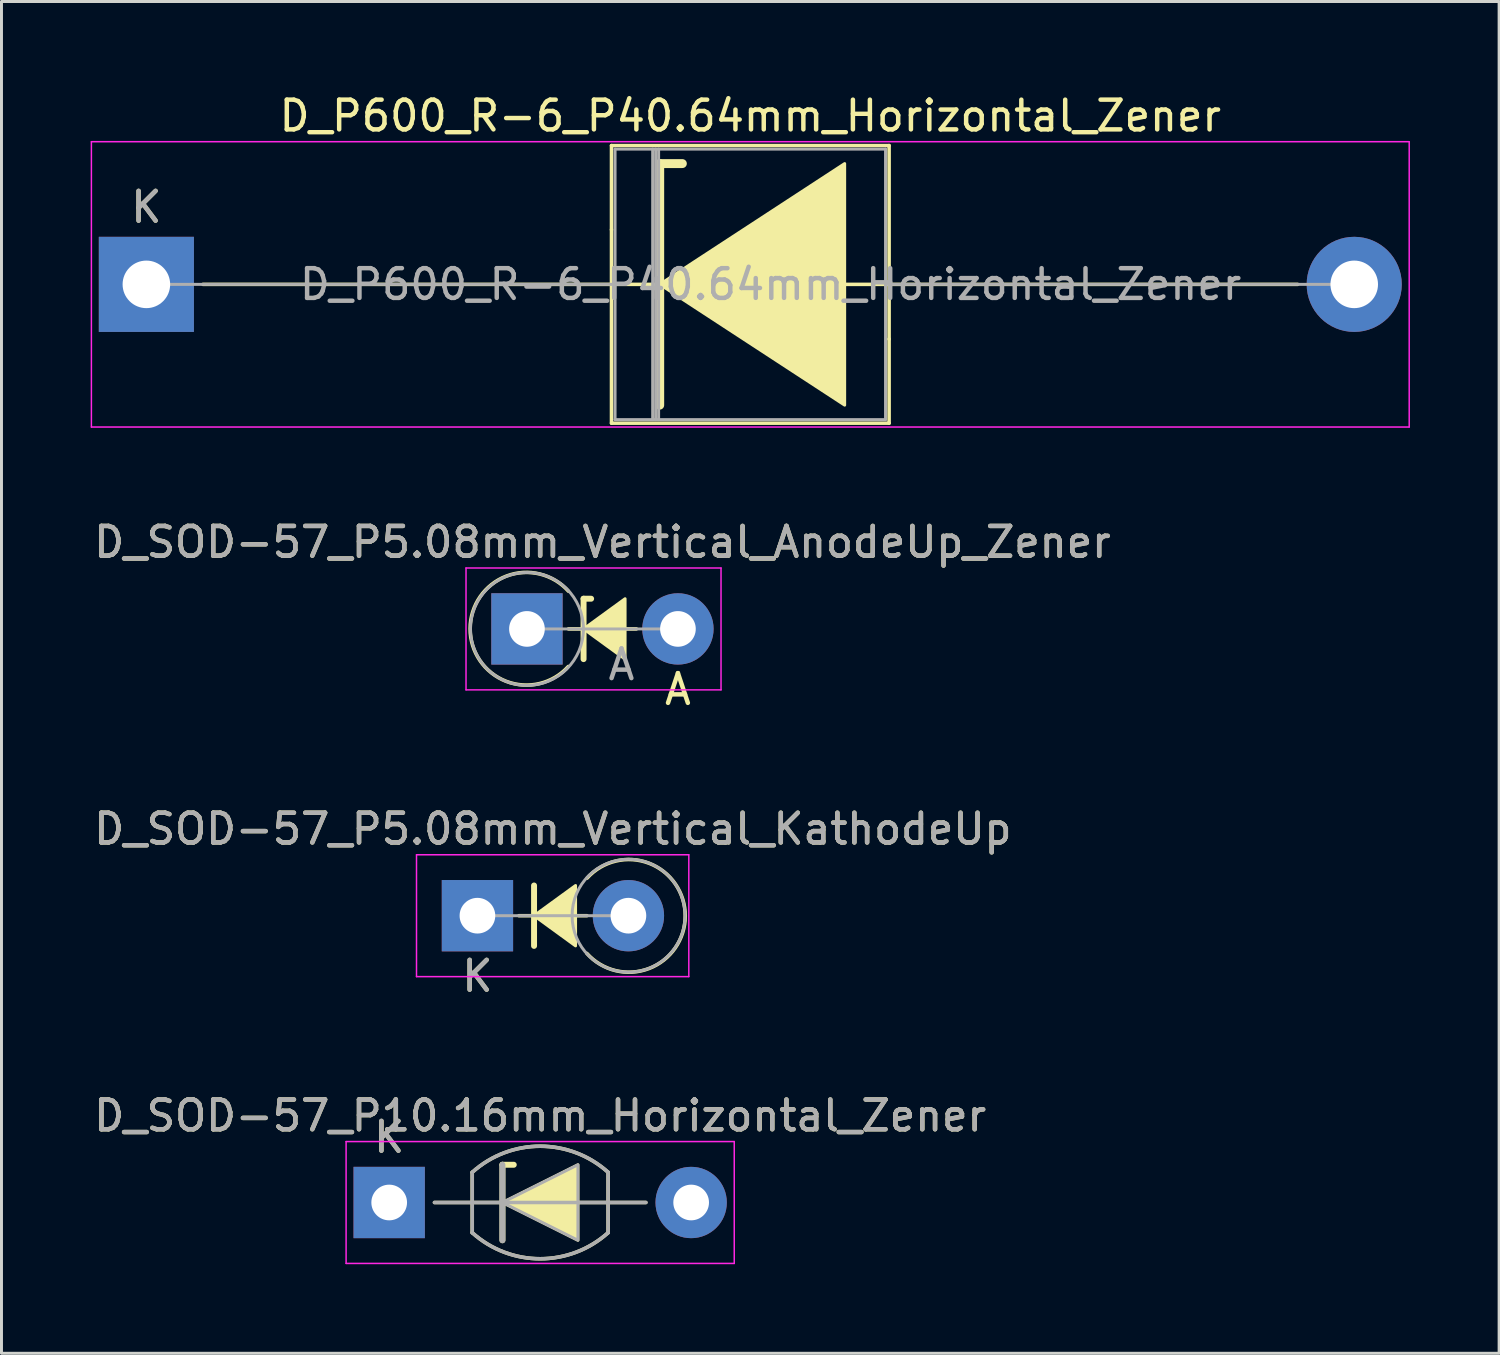
<source format=kicad_pcb>
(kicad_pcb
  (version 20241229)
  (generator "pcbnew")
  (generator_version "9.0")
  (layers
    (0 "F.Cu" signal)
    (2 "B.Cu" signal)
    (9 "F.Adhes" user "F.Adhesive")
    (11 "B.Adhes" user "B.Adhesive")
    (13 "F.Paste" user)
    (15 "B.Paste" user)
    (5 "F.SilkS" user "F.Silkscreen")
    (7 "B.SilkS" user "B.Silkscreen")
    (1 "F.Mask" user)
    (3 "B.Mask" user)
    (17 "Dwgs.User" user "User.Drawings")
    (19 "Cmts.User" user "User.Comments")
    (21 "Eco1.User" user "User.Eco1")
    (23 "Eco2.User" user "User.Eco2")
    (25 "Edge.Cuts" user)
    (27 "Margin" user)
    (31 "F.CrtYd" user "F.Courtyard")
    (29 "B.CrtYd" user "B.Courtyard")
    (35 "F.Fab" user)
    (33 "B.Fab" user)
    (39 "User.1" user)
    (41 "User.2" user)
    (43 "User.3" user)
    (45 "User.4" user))
  (footprint "D_P600_R-6_P40.64mm_Horizontal_Zener"
    (layer "F.Cu")
    (at 1.875 6.518)
    (property "Reference" "D_P600_R-6_P40.64mm_Horizontal_Zener" (at 20.32 -5.67 0) (layer "F.SilkS") (effects (font (size 1 1) (thickness 0.15))))
    (attr through_hole)
    (fp_line (start 15.65 -4.67) (end 24.99 -4.67) (stroke (width 0.12) (type solid)) (layer "F.SilkS"))
    (fp_line (start 15.65 -1.84) (end 15.65 -4.67) (stroke (width 0.12) (type solid)) (layer "F.SilkS"))
    (fp_line (start 15.65 -1.84) (end 15.65 4.67) (stroke (width 0.12) (type solid)) (layer "F.SilkS"))
    (fp_line (start 15.65 4.67) (end 24.99 4.67) (stroke (width 0.12) (type solid)) (layer "F.SilkS"))
    (fp_line (start 17.145 0) (end 1.905 0) (stroke (width 0.12) (type solid)) (layer "F.SilkS"))
    (fp_line (start 17.272 -4.064) (end 17.272 4.064) (stroke (width 0.3) (type solid)) (layer "F.SilkS"))
    (fp_line (start 17.272 -4.064) (end 18.034 -4.064) (stroke (width 0.3) (type solid)) (layer "F.SilkS"))
    (fp_line (start 23.368 0) (end 38.735 0) (stroke (width 0.12) (type solid)) (layer "F.SilkS"))
    (fp_line (start 24.99 -4.67) (end 24.99 1.84) (stroke (width 0.12) (type solid)) (layer "F.SilkS"))
    (fp_line (start 24.99 4.67) (end 24.99 1.84) (stroke (width 0.12) (type solid)) (layer "F.SilkS"))
    (fp_poly (pts (xy 23.495 4.064) (xy 17.272 0) (xy 23.495 -4.064)) (stroke (width 0.1) (type solid)) (fill yes) (layer "F.SilkS"))
    (fp_line (start -1.85 -4.8) (end -1.85 4.8) (stroke (width 0.05) (type solid)) (layer "F.CrtYd"))
    (fp_line (start -1.85 4.8) (end 42.49 4.8) (stroke (width 0.05) (type solid)) (layer "F.CrtYd"))
    (fp_line (start 42.49 -4.8) (end -1.85 -4.8) (stroke (width 0.05) (type solid)) (layer "F.CrtYd"))
    (fp_line (start 42.49 4.8) (end 42.49 -4.8) (stroke (width 0.05) (type solid)) (layer "F.CrtYd"))
    (fp_line (start 0 0) (end 15.77 0) (stroke (width 0.1) (type solid)) (layer "F.Fab"))
    (fp_line (start 15.77 -4.55) (end 15.77 4.55) (stroke (width 0.1) (type solid)) (layer "F.Fab"))
    (fp_line (start 15.77 4.55) (end 24.87 4.55) (stroke (width 0.1) (type solid)) (layer "F.Fab"))
    (fp_line (start 17.035 -4.55) (end 17.035 4.55) (stroke (width 0.1) (type solid)) (layer "F.Fab"))
    (fp_line (start 17.135 -4.55) (end 17.135 4.55) (stroke (width 0.1) (type solid)) (layer "F.Fab"))
    (fp_line (start 17.235 -4.55) (end 17.235 4.55) (stroke (width 0.1) (type solid)) (layer "F.Fab"))
    (fp_line (start 24.87 -4.55) (end 15.77 -4.55) (stroke (width 0.1) (type solid)) (layer "F.Fab"))
    (fp_line (start 24.87 4.55) (end 24.87 -4.55) (stroke (width 0.1) (type solid)) (layer "F.Fab"))
    (fp_line (start 40.64 0) (end 24.87 0) (stroke (width 0.1) (type solid)) (layer "F.Fab"))
    (fp_text user "K" (at 0 -2.6 0) (layer "F.SilkS") (effects (font (size 1 1) (thickness 0.15))))
    (fp_text user "K" (at 0 -2.6 0) (layer "F.Fab") (effects (font (size 1 1) (thickness 0.15))))
    (fp_text user "${REFERENCE}" (at 21.003 0 0) (layer "F.Fab") (effects (font (size 1 1) (thickness 0.15))))
    (pad "1" thru_hole rect (at 0 0) (size 3.2 3.2) (drill 1.6) (layers "*.Cu" "*.Mask"))
    (pad "2" thru_hole oval (at 40.64 0) (size 3.2 3.2) (drill 1.6) (layers "*.Cu" "*.Mask")))
  (footprint "D_SOD-57_P5.08mm_Vertical_AnodeUp_Zener"
    (layer "F.Cu")
    (at 14.68 18.111)
    (property "Reference" "D_SOD-57_P5.08mm_Vertical_AnodeUp_Zener" (at 2.54 -2.92 0) (layer "F.SilkS") (effects (font (size 1 1) (thickness 0.15))))
    (attr through_hole)
    (fp_line (start 1.397 0) (end 2.413 0) (stroke (width 0.12) (type solid)) (layer "F.SilkS"))
    (fp_line (start 1.905 -1.016) (end 1.905 1.016) (stroke (width 0.2) (type solid)) (layer "F.SilkS"))
    (fp_line (start 1.905 -1.016) (end 2.159 -1.016) (stroke (width 0.2) (type solid)) (layer "F.SilkS"))
    (fp_line (start 1.92 0) (end 3.683 0) (stroke (width 0.12) (type solid)) (layer "F.SilkS"))
    (fp_arc (start 1.391322 1.264874) (mid -1.912067 -0.009969) (end 1.397 -1.27) (stroke (width 0.12) (type solid)) (layer "F.SilkS"))
    (fp_poly (pts (xy 3.302 1.016) (xy 1.905 0) (xy 3.302 -1.016)) (stroke (width 0.1) (type solid)) (fill yes) (layer "F.SilkS"))
    (fp_line (start -2.05 -2.05) (end -2.05 2.05) (stroke (width 0.05) (type solid)) (layer "F.CrtYd"))
    (fp_line (start -2.05 2.05) (end 6.53 2.05) (stroke (width 0.05) (type solid)) (layer "F.CrtYd"))
    (fp_line (start 6.53 -2.05) (end -2.05 -2.05) (stroke (width 0.05) (type solid)) (layer "F.CrtYd"))
    (fp_line (start 6.53 2.05) (end 6.53 -2.05) (stroke (width 0.05) (type solid)) (layer "F.CrtYd"))
    (fp_line (start 0 0) (end 5.08 0) (stroke (width 0.1) (type solid)) (layer "F.Fab"))
    (fp_circle (center 0 0) (end 1.9 0) (stroke (width 0.1) (type solid)) (fill no) (layer "F.Fab"))
    (fp_text user "A" (at 5.08 2.032 0) (layer "F.SilkS") (effects (font (size 1 1) (thickness 0.15))))
    (fp_text user "A" (at 3.18 1.2 0) (layer "F.Fab") (effects (font (size 1 1) (thickness 0.15))))
    (fp_text user "${REFERENCE}" (at 2.54 -2.92 0) (layer "F.Fab") (effects (font (size 1 1) (thickness 0.15))))
    (pad "1" thru_hole rect (at 0 0) (size 2.4 2.4) (drill 1.2) (layers "*.Cu" "*.Mask"))
    (pad "2" thru_hole oval (at 5.08 0) (size 2.4 2.4) (drill 1.2) (layers "*.Cu" "*.Mask")))
  (footprint "D_SOD-57_P10.16mm_Horizontal_Zener"
    (layer "F.Cu")
    (at 10.045 37.41)
    (property "Reference" "D_SOD-57_P10.16mm_Horizontal_Zener" (at 5.08 -2.92 0) (layer "F.SilkS") (effects (font (size 1 1) (thickness 0.15))))
    (attr through_hole)
    (fp_line (start 1.524 0) (end 8.636 0) (stroke (width 0.12) (type solid)) (layer "F.SilkS"))
    (fp_line (start 2.794 -1.016) (end 2.794 1.016) (stroke (width 0.12) (type solid)) (layer "F.SilkS"))
    (fp_line (start 3.81 -1.27) (end 4.191 -1.27) (stroke (width 0.2) (type solid)) (layer "F.SilkS"))
    (fp_line (start 3.81 1.27) (end 3.81 -1.27) (stroke (width 0.2) (type solid)) (layer "F.SilkS"))
    (fp_line (start 7.366 -1.016) (end 7.366 1.016) (stroke (width 0.12) (type solid)) (layer "F.SilkS"))
    (fp_arc (start 2.794 -1.016) (mid 5.079999 -1.89322) (end 7.365998 -1.016) (stroke (width 0.12) (type solid)) (layer "F.SilkS"))
    (fp_arc (start 7.366 1.016) (mid 5.080001 1.89322) (end 2.794002 1.016) (stroke (width 0.12) (type solid)) (layer "F.SilkS"))
    (fp_poly (pts (xy 6.35 1.27) (xy 3.81 0) (xy 6.35 -1.27)) (stroke (width 0.1) (type solid)) (fill yes) (layer "F.SilkS"))
    (fp_line (start -1.45 -2.05) (end -1.45 2.05) (stroke (width 0.05) (type solid)) (layer "F.CrtYd"))
    (fp_line (start -1.45 2.05) (end 11.61 2.05) (stroke (width 0.05) (type solid)) (layer "F.CrtYd"))
    (fp_line (start 11.61 -2.05) (end -1.45 -2.05) (stroke (width 0.05) (type solid)) (layer "F.CrtYd"))
    (fp_line (start 11.61 2.05) (end 11.61 -2.05) (stroke (width 0.05) (type solid)) (layer "F.CrtYd"))
    (fp_line (start 1.524 0) (end 8.636 0) (stroke (width 0.12) (type solid)) (layer "F.Fab"))
    (fp_line (start 2.794 -1.016) (end 2.794 1.016) (stroke (width 0.12) (type solid)) (layer "F.Fab"))
    (fp_line (start 3.81 1.27) (end 3.81 -1.27) (stroke (width 0.2) (type solid)) (layer "F.Fab"))
    (fp_line (start 7.366 -1.016) (end 7.366 1.016) (stroke (width 0.12) (type solid)) (layer "F.Fab"))
    (fp_arc (start 2.794 -1.016) (mid 5.08037 -1.894241) (end 7.367132 -1.017021) (stroke (width 0.12) (type solid)) (layer "F.Fab"))
    (fp_arc (start 7.367134 1.014979) (mid 5.080764 1.89322) (end 2.794002 1.016) (stroke (width 0.12) (type solid)) (layer "F.Fab"))
    (fp_poly (pts (xy 6.35 1.27) (xy 3.81 0) (xy 6.35 -1.27)) (stroke (width 0.1) (type solid)) (fill no) (layer "F.Fab"))
    (fp_text user "K" (at 0 -2.2 0) (layer "F.SilkS") (effects (font (size 1 1) (thickness 0.15))))
    (fp_text user "${REFERENCE}" (at 5.08 -2.921 0) (layer "F.Fab") (effects (font (size 1 1) (thickness 0.15))))
    (fp_text user "K" (at 0 -2.2 0) (layer "F.Fab") (effects (font (size 1 1) (thickness 0.15))))
    (pad "1" thru_hole rect (at 0 0) (size 2.4 2.4) (drill 1.2) (layers "*.Cu" "*.Mask"))
    (pad "2" thru_hole oval (at 10.16 0) (size 2.4 2.4) (drill 1.2) (layers "*.Cu" "*.Mask")))
  (footprint "D_SOD-57_P5.08mm_Vertical_KathodeUp"
    (layer "F.Cu")
    (at 13.014 27.76)
    (property "Reference" "D_SOD-57_P5.08mm_Vertical_KathodeUp" (at 2.54 -2.92 0) (layer "F.SilkS") (effects (font (size 1 1) (thickness 0.15))))
    (attr through_hole)
    (fp_line (start 1.397 0) (end 2.413 0) (stroke (width 0.12) (type solid)) (layer "F.SilkS"))
    (fp_line (start 1.905 -1.016) (end 1.905 1.016) (stroke (width 0.2) (type solid)) (layer "F.SilkS"))
    (fp_line (start 1.92 0) (end 3.683 0) (stroke (width 0.12) (type solid)) (layer "F.SilkS"))
    (fp_arc (start 3.688678 -1.264874) (mid 6.992067 0.009969) (end 3.683 1.27) (stroke (width 0.12) (type solid)) (layer "F.SilkS"))
    (fp_poly (pts (xy 3.302 1.016) (xy 1.905 0) (xy 3.302 -1.016)) (stroke (width 0.1) (type solid)) (fill yes) (layer "F.SilkS"))
    (fp_line (start -2.05 -2.05) (end -2.05 2.05) (stroke (width 0.05) (type solid)) (layer "F.CrtYd"))
    (fp_line (start -2.05 2.05) (end 7.112 2.05) (stroke (width 0.05) (type solid)) (layer "F.CrtYd"))
    (fp_line (start 7.112 -2.05) (end -2.05 -2.05) (stroke (width 0.05) (type solid)) (layer "F.CrtYd"))
    (fp_line (start 7.112 2.05) (end 7.112 -2.05) (stroke (width 0.05) (type solid)) (layer "F.CrtYd"))
    (fp_line (start 0 0) (end 5.08 0) (stroke (width 0.1) (type solid)) (layer "F.Fab"))
    (fp_circle (center 5.085 0) (end 6.985 0) (stroke (width 0.1) (type solid)) (fill no) (layer "F.Fab"))
    (fp_text user "K" (at 0 2.032 0) (layer "F.SilkS") (effects (font (size 1 1) (thickness 0.15))))
    (fp_text user "${REFERENCE}" (at 2.54 -2.92 0) (layer "F.Fab") (effects (font (size 1 1) (thickness 0.15))))
    (fp_text user "K" (at 0 2.032 0) (layer "F.Fab") (effects (font (size 1 1) (thickness 0.15))))
    (pad "1" thru_hole rect (at 0 0) (size 2.4 2.4) (drill 1.2) (layers "*.Cu" "*.Mask"))
    (pad "2" thru_hole oval (at 5.08 0) (size 2.4 2.4) (drill 1.2) (layers "*.Cu" "*.Mask")))
  (gr_rect
    (start -3 -3)
    (end 47.39 42.484)
    (stroke (width 0.1) (type default))
    (fill no)
    (layer "Edge.Cuts")))
</source>
